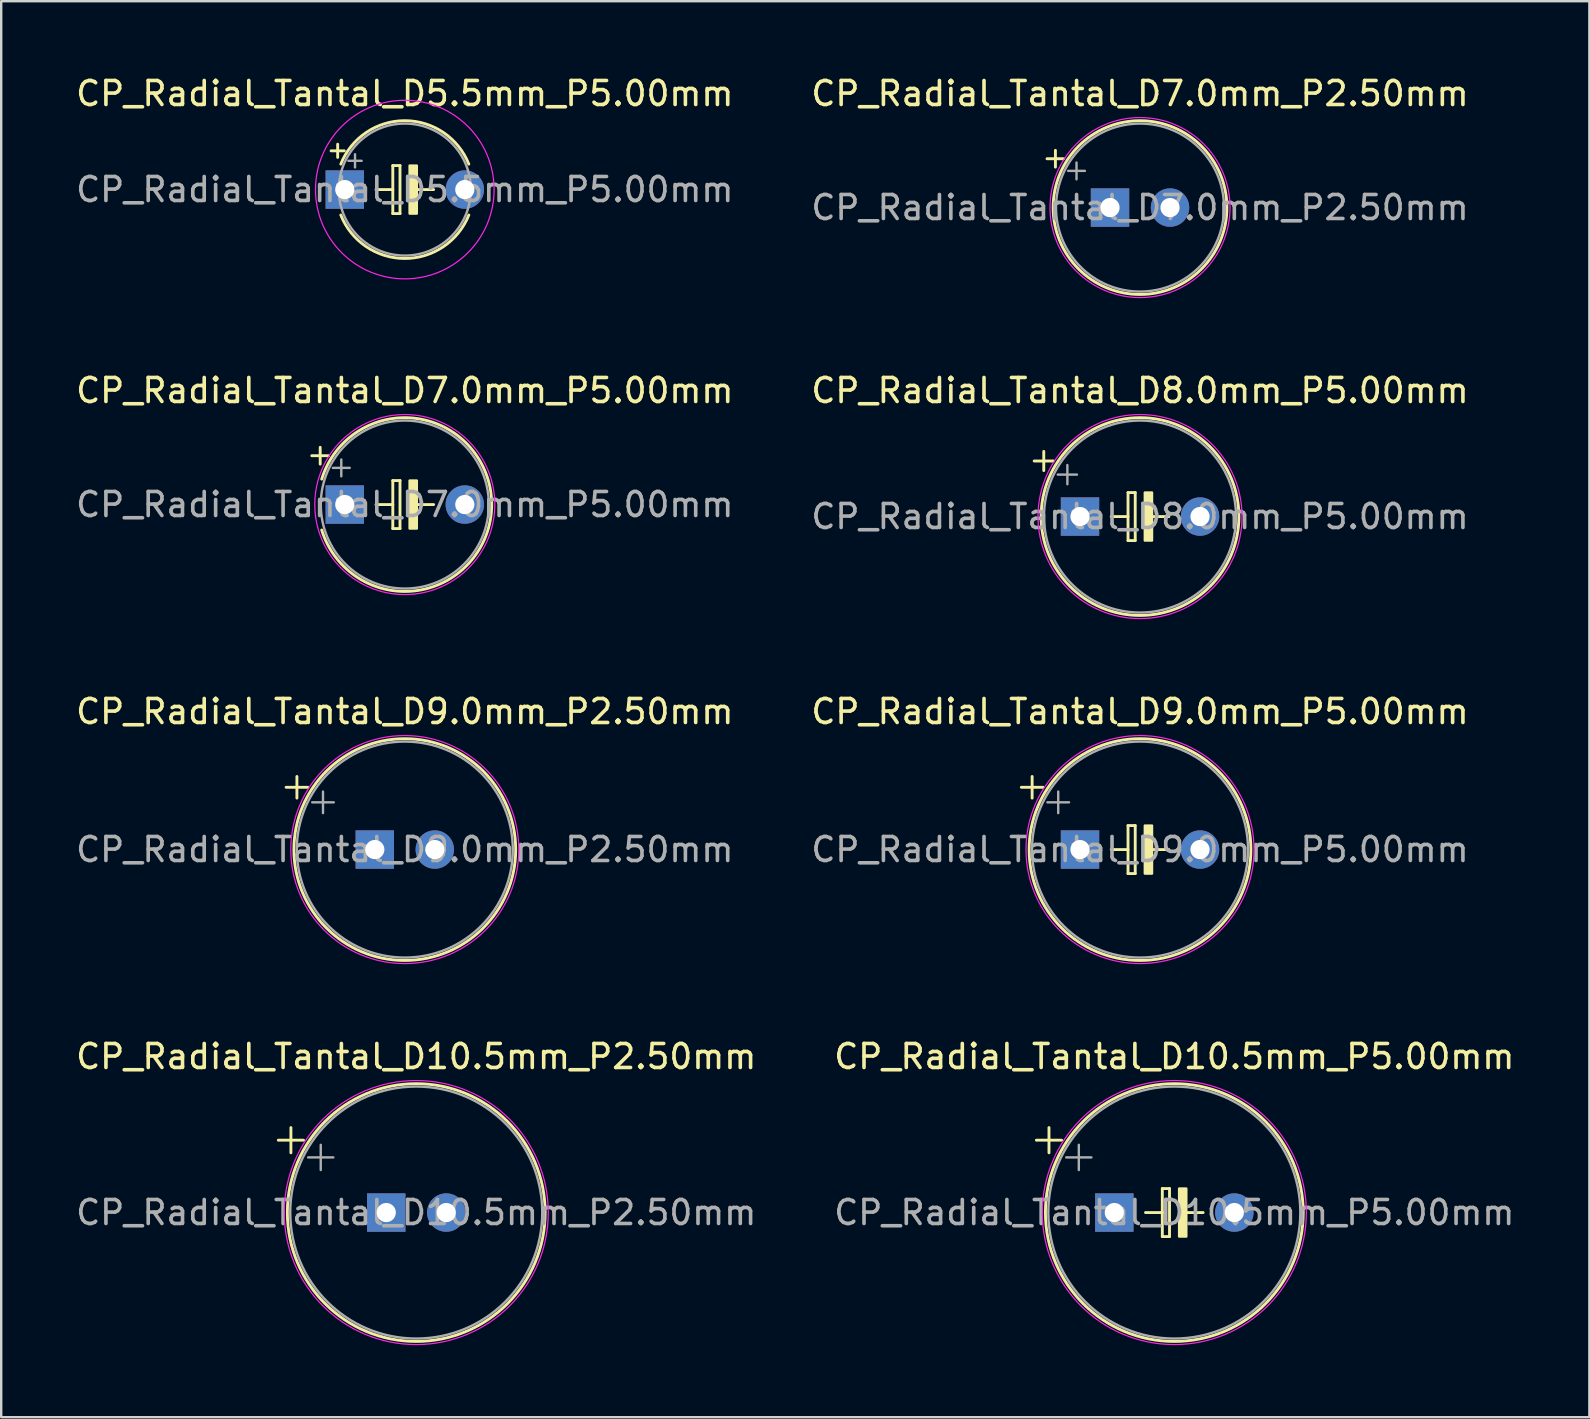
<source format=kicad_pcb>
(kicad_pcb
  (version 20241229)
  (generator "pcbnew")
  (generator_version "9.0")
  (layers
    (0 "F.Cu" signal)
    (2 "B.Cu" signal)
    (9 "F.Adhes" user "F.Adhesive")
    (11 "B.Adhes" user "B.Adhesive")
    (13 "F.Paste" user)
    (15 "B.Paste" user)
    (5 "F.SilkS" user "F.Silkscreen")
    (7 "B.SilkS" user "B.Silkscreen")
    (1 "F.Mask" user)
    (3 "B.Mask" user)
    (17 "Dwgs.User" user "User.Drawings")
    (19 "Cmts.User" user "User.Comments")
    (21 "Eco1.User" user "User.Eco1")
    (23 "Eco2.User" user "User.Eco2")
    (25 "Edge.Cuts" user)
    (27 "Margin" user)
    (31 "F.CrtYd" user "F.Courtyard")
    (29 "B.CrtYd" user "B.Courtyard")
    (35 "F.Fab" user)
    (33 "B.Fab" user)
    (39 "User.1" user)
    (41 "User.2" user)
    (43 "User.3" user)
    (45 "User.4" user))
  (footprint "CP_Radial_Tantal_D5.5mm_P5.00mm"
    (layer "F.Cu")
    (at 11.315 4.848)
    (property "Reference" "CP_Radial_Tantal_D5.5mm_P5.00mm" (at 2.5 -4 0) (layer "F.SilkS") (effects (font (size 1 1) (thickness 0.15))))
    (attr through_hole)
    (fp_line (start -0.572 -1.615) (end -0.022 -1.615) (stroke (width 0.12) (type solid)) (layer "F.SilkS"))
    (fp_line (start -0.297 -1.89) (end -0.297 -1.34) (stroke (width 0.12) (type solid)) (layer "F.SilkS"))
    (fp_line (start 1.3 0) (end 2 0) (stroke (width 0.12) (type solid)) (layer "F.SilkS"))
    (fp_line (start 2 -1) (end 2.3 -1) (stroke (width 0.12) (type solid)) (layer "F.SilkS"))
    (fp_line (start 2 1) (end 2 -1) (stroke (width 0.12) (type solid)) (layer "F.SilkS"))
    (fp_line (start 2.3 -1) (end 2.3 1) (stroke (width 0.12) (type solid)) (layer "F.SilkS"))
    (fp_line (start 2.3 1) (end 2 1) (stroke (width 0.12) (type solid)) (layer "F.SilkS"))
    (fp_line (start 3.7 0) (end 3 0) (stroke (width 0.12) (type solid)) (layer "F.SilkS"))
    (fp_arc (start -0.167077 -1.06) (mid 2.5 -2.87) (end 5.167077 -1.06) (stroke (width 0.12) (type solid)) (layer "F.SilkS"))
    (fp_arc (start 5.167077 1.06) (mid 2.5 2.87) (end -0.167077 1.06) (stroke (width 0.12) (type solid)) (layer "F.SilkS"))
    (fp_poly (pts (xy 3 1) (xy 2.7 1) (xy 2.7 -1) (xy 3 -1)) (stroke (width 0.1) (type solid)) (fill yes) (layer "F.SilkS"))
    (fp_circle (center 2.5 0) (end 6.22 0) (stroke (width 0.05) (type solid)) (fill no) (layer "F.CrtYd"))
    (fp_line (start 0.151 -1.198) (end 0.701 -1.198) (stroke (width 0.1) (type solid)) (layer "F.Fab"))
    (fp_line (start 0.426 -1.472) (end 0.426 -0.922) (stroke (width 0.1) (type solid)) (layer "F.Fab"))
    (fp_circle (center 2.5 0) (end 5.25 0) (stroke (width 0.1) (type solid)) (fill no) (layer "F.Fab"))
    (fp_text user "${REFERENCE}" (at 2.5 0 0) (layer "F.Fab") (effects (font (size 1 1) (thickness 0.15))))
    (pad "1" thru_hole rect (at 0 0) (size 1.6 1.6) (drill 0.8) (layers "*.Cu" "*.Mask"))
    (pad "2" thru_hole circle (at 5 0) (size 1.6 1.6) (drill 0.8) (layers "*.Cu" "*.Mask")))
  (footprint "CP_Radial_Tantal_D8.0mm_P5.00mm"
    (layer "F.Cu")
    (at 41.946 18.471)
    (property "Reference" "CP_Radial_Tantal_D8.0mm_P5.00mm" (at 2.5 -5.25 0) (layer "F.SilkS") (effects (font (size 1 1) (thickness 0.15))))
    (attr through_hole)
    (fp_line (start -1.91 -2.315) (end -1.11 -2.315) (stroke (width 0.12) (type solid)) (layer "F.SilkS"))
    (fp_line (start -1.51 -2.715) (end -1.51 -1.915) (stroke (width 0.12) (type solid)) (layer "F.SilkS"))
    (fp_line (start 1.3 0) (end 2 0) (stroke (width 0.12) (type solid)) (layer "F.SilkS"))
    (fp_line (start 2 -1) (end 2.3 -1) (stroke (width 0.12) (type solid)) (layer "F.SilkS"))
    (fp_line (start 2 1) (end 2 -1) (stroke (width 0.12) (type solid)) (layer "F.SilkS"))
    (fp_line (start 2.3 -1) (end 2.3 1) (stroke (width 0.12) (type solid)) (layer "F.SilkS"))
    (fp_line (start 2.3 1) (end 2 1) (stroke (width 0.12) (type solid)) (layer "F.SilkS"))
    (fp_line (start 3.7 0) (end 3 0) (stroke (width 0.12) (type solid)) (layer "F.SilkS"))
    (fp_circle (center 2.5 0) (end 6.62 0) (stroke (width 0.12) (type solid)) (fill no) (layer "F.SilkS"))
    (fp_poly (pts (xy 3 1) (xy 2.7 1) (xy 2.7 -1) (xy 3 -1)) (stroke (width 0.1) (type solid)) (fill yes) (layer "F.SilkS"))
    (fp_circle (center 2.5 0) (end 6.75 0) (stroke (width 0.05) (type solid)) (fill no) (layer "F.CrtYd"))
    (fp_line (start -0.927 -1.748) (end -0.127 -1.748) (stroke (width 0.1) (type solid)) (layer "F.Fab"))
    (fp_line (start -0.527 -2.147) (end -0.527 -1.347) (stroke (width 0.1) (type solid)) (layer "F.Fab"))
    (fp_circle (center 2.5 0) (end 6.5 0) (stroke (width 0.1) (type solid)) (fill no) (layer "F.Fab"))
    (fp_text user "${REFERENCE}" (at 2.5 0 0) (layer "F.Fab") (effects (font (size 1 1) (thickness 0.15))))
    (pad "1" thru_hole rect (at 0 0) (size 1.6 1.6) (drill 0.8) (layers "*.Cu" "*.Mask"))
    (pad "2" thru_hole circle (at 5 0) (size 1.6 1.6) (drill 0.8) (layers "*.Cu" "*.Mask")))
  (footprint "CP_Radial_Tantal_D9.0mm_P2.50mm"
    (layer "F.Cu")
    (at 12.565 32.345)
    (property "Reference" "CP_Radial_Tantal_D9.0mm_P2.50mm" (at 1.25 -5.75 0) (layer "F.SilkS") (effects (font (size 1 1) (thickness 0.15))))
    (attr through_hole)
    (fp_line (start -3.695 -2.595) (end -2.795 -2.595) (stroke (width 0.12) (type solid)) (layer "F.SilkS"))
    (fp_line (start -3.245 -3.045) (end -3.245 -2.145) (stroke (width 0.12) (type solid)) (layer "F.SilkS"))
    (fp_circle (center 1.25 0) (end 5.87 0) (stroke (width 0.12) (type solid)) (fill no) (layer "F.SilkS"))
    (fp_circle (center 1.25 0) (end 6 0) (stroke (width 0.05) (type solid)) (fill no) (layer "F.CrtYd"))
    (fp_line (start -2.608 -1.968) (end -1.708 -1.968) (stroke (width 0.1) (type solid)) (layer "F.Fab"))
    (fp_line (start -2.158 -2.417) (end -2.158 -1.518) (stroke (width 0.1) (type solid)) (layer "F.Fab"))
    (fp_circle (center 1.25 0) (end 5.75 0) (stroke (width 0.1) (type solid)) (fill no) (layer "F.Fab"))
    (fp_text user "${REFERENCE}" (at 1.25 0 0) (layer "F.Fab") (effects (font (size 1 1) (thickness 0.15))))
    (pad "1" thru_hole rect (at 0 0) (size 1.6 1.6) (drill 0.8) (layers "*.Cu" "*.Mask"))
    (pad "2" thru_hole circle (at 2.5 0) (size 1.6 1.6) (drill 0.8) (layers "*.Cu" "*.Mask")))
  (footprint "CP_Radial_Tantal_D7.0mm_P2.50mm"
    (layer "F.Cu")
    (at 43.196 5.598)
    (property "Reference" "CP_Radial_Tantal_D7.0mm_P2.50mm" (at 1.25 -4.75 0) (layer "F.SilkS") (effects (font (size 1 1) (thickness 0.15))))
    (attr through_hole)
    (fp_line (start -2.625 -2.035) (end -1.925 -2.035) (stroke (width 0.12) (type solid)) (layer "F.SilkS"))
    (fp_line (start -2.275 -2.385) (end -2.275 -1.685) (stroke (width 0.12) (type solid)) (layer "F.SilkS"))
    (fp_circle (center 1.25 0) (end 4.87 0) (stroke (width 0.12) (type solid)) (fill no) (layer "F.SilkS"))
    (fp_circle (center 1.25 0) (end 5 0) (stroke (width 0.05) (type solid)) (fill no) (layer "F.CrtYd"))
    (fp_line (start -1.746 -1.528) (end -1.046 -1.528) (stroke (width 0.1) (type solid)) (layer "F.Fab"))
    (fp_line (start -1.396 -1.877) (end -1.396 -1.177) (stroke (width 0.1) (type solid)) (layer "F.Fab"))
    (fp_circle (center 1.25 0) (end 4.75 0) (stroke (width 0.1) (type solid)) (fill no) (layer "F.Fab"))
    (fp_text user "${REFERENCE}" (at 1.25 0 0) (layer "F.Fab") (effects (font (size 1 1) (thickness 0.15))))
    (pad "1" thru_hole rect (at 0 0) (size 1.6 1.6) (drill 0.8) (layers "*.Cu" "*.Mask"))
    (pad "2" thru_hole circle (at 2.5 0) (size 1.6 1.6) (drill 0.8) (layers "*.Cu" "*.Mask")))
  (footprint "CP_Radial_Tantal_D9.0mm_P5.00mm"
    (layer "F.Cu")
    (at 41.946 32.345)
    (property "Reference" "CP_Radial_Tantal_D9.0mm_P5.00mm" (at 2.5 -5.75 0) (layer "F.SilkS") (effects (font (size 1 1) (thickness 0.15))))
    (attr through_hole)
    (fp_line (start -2.445 -2.595) (end -1.545 -2.595) (stroke (width 0.12) (type solid)) (layer "F.SilkS"))
    (fp_line (start -1.995 -3.045) (end -1.995 -2.145) (stroke (width 0.12) (type solid)) (layer "F.SilkS"))
    (fp_line (start 1.3 0) (end 2 0) (stroke (width 0.12) (type solid)) (layer "F.SilkS"))
    (fp_line (start 2 -1) (end 2.3 -1) (stroke (width 0.12) (type solid)) (layer "F.SilkS"))
    (fp_line (start 2 1) (end 2 -1) (stroke (width 0.12) (type solid)) (layer "F.SilkS"))
    (fp_line (start 2.3 -1) (end 2.3 1) (stroke (width 0.12) (type solid)) (layer "F.SilkS"))
    (fp_line (start 2.3 1) (end 2 1) (stroke (width 0.12) (type solid)) (layer "F.SilkS"))
    (fp_line (start 3.7 0) (end 3 0) (stroke (width 0.12) (type solid)) (layer "F.SilkS"))
    (fp_circle (center 2.5 0) (end 7.12 0) (stroke (width 0.12) (type solid)) (fill no) (layer "F.SilkS"))
    (fp_poly (pts (xy 3 1) (xy 2.7 1) (xy 2.7 -1) (xy 3 -1)) (stroke (width 0.1) (type solid)) (fill yes) (layer "F.SilkS"))
    (fp_circle (center 2.5 0) (end 7.25 0) (stroke (width 0.05) (type solid)) (fill no) (layer "F.CrtYd"))
    (fp_line (start -1.358 -1.968) (end -0.458 -1.968) (stroke (width 0.1) (type solid)) (layer "F.Fab"))
    (fp_line (start -0.908 -2.417) (end -0.908 -1.518) (stroke (width 0.1) (type solid)) (layer "F.Fab"))
    (fp_circle (center 2.5 0) (end 7 0) (stroke (width 0.1) (type solid)) (fill no) (layer "F.Fab"))
    (fp_text user "${REFERENCE}" (at 2.5 0 0) (layer "F.Fab") (effects (font (size 1 1) (thickness 0.15))))
    (pad "1" thru_hole rect (at 0 0) (size 1.6 1.6) (drill 0.8) (layers "*.Cu" "*.Mask"))
    (pad "2" thru_hole circle (at 5 0) (size 1.6 1.6) (drill 0.8) (layers "*.Cu" "*.Mask")))
  (footprint "CP_Radial_Tantal_D10.5mm_P2.50mm"
    (layer "F.Cu")
    (at 13.042 47.468)
    (property "Reference" "CP_Radial_Tantal_D10.5mm_P2.50mm" (at 1.25 -6.5 0) (layer "F.SilkS") (effects (font (size 1 1) (thickness 0.15))))
    (attr through_hole)
    (fp_line (start -4.497 -3.015) (end -3.447 -3.015) (stroke (width 0.12) (type solid)) (layer "F.SilkS"))
    (fp_line (start -3.972 -3.54) (end -3.972 -2.49) (stroke (width 0.12) (type solid)) (layer "F.SilkS"))
    (fp_circle (center 1.25 0) (end 6.62 0) (stroke (width 0.12) (type solid)) (fill no) (layer "F.SilkS"))
    (fp_circle (center 1.25 0) (end 6.75 0) (stroke (width 0.05) (type solid)) (fill no) (layer "F.CrtYd"))
    (fp_line (start -3.254 -2.297) (end -2.204 -2.297) (stroke (width 0.1) (type solid)) (layer "F.Fab"))
    (fp_line (start -2.729 -2.822) (end -2.729 -1.772) (stroke (width 0.1) (type solid)) (layer "F.Fab"))
    (fp_circle (center 1.25 0) (end 6.5 0) (stroke (width 0.1) (type solid)) (fill no) (layer "F.Fab"))
    (fp_text user "${REFERENCE}" (at 1.25 0 0) (layer "F.Fab") (effects (font (size 1 1) (thickness 0.15))))
    (pad "1" thru_hole rect (at 0 0) (size 1.6 1.6) (drill 0.8) (layers "*.Cu" "*.Mask"))
    (pad "2" thru_hole circle (at 2.5 0) (size 1.6 1.6) (drill 0.8) (layers "*.Cu" "*.Mask")))
  (footprint "CP_Radial_Tantal_D7.0mm_P5.00mm"
    (layer "F.Cu")
    (at 11.315 17.971)
    (property "Reference" "CP_Radial_Tantal_D7.0mm_P5.00mm" (at 2.5 -4.75 0) (layer "F.SilkS") (effects (font (size 1 1) (thickness 0.15))))
    (attr through_hole)
    (fp_line (start -1.375 -2.035) (end -0.675 -2.035) (stroke (width 0.12) (type solid)) (layer "F.SilkS"))
    (fp_line (start -1.025 -2.385) (end -1.025 -1.685) (stroke (width 0.12) (type solid)) (layer "F.SilkS"))
    (fp_line (start 1.3 0) (end 2 0) (stroke (width 0.12) (type solid)) (layer "F.SilkS"))
    (fp_line (start 2 -1) (end 2.3 -1) (stroke (width 0.12) (type solid)) (layer "F.SilkS"))
    (fp_line (start 2 1) (end 2 -1) (stroke (width 0.12) (type solid)) (layer "F.SilkS"))
    (fp_line (start 2.3 -1) (end 2.3 1) (stroke (width 0.12) (type solid)) (layer "F.SilkS"))
    (fp_line (start 2.3 1) (end 2 1) (stroke (width 0.12) (type solid)) (layer "F.SilkS"))
    (fp_line (start 3.7 0) (end 3 0) (stroke (width 0.12) (type solid)) (layer "F.SilkS"))
    (fp_arc (start -0.961329 -1.06) (mid 6.12 0) (end -0.961329 1.06) (stroke (width 0.12) (type solid)) (layer "F.SilkS"))
    (fp_poly (pts (xy 3 1) (xy 2.7 1) (xy 2.7 -1) (xy 3 -1)) (stroke (width 0.1) (type solid)) (fill yes) (layer "F.SilkS"))
    (fp_circle (center 2.5 0) (end 6.25 0) (stroke (width 0.05) (type solid)) (fill no) (layer "F.CrtYd"))
    (fp_line (start -0.496 -1.528) (end 0.204 -1.528) (stroke (width 0.1) (type solid)) (layer "F.Fab"))
    (fp_line (start -0.146 -1.877) (end -0.146 -1.177) (stroke (width 0.1) (type solid)) (layer "F.Fab"))
    (fp_circle (center 2.5 0) (end 6 0) (stroke (width 0.1) (type solid)) (fill no) (layer "F.Fab"))
    (fp_text user "${REFERENCE}" (at 2.5 0 0) (layer "F.Fab") (effects (font (size 1 1) (thickness 0.15))))
    (pad "1" thru_hole rect (at 0 0) (size 1.6 1.6) (drill 0.8) (layers "*.Cu" "*.Mask"))
    (pad "2" thru_hole circle (at 5 0) (size 1.6 1.6) (drill 0.8) (layers "*.Cu" "*.Mask")))
  (footprint "CP_Radial_Tantal_D10.5mm_P5.00mm"
    (layer "F.Cu")
    (at 43.375 47.468)
    (property "Reference" "CP_Radial_Tantal_D10.5mm_P5.00mm" (at 2.5 -6.5 0) (layer "F.SilkS") (effects (font (size 1 1) (thickness 0.15))))
    (attr through_hole)
    (fp_line (start -3.247 -3.015) (end -2.197 -3.015) (stroke (width 0.12) (type solid)) (layer "F.SilkS"))
    (fp_line (start -2.722 -3.54) (end -2.722 -2.49) (stroke (width 0.12) (type solid)) (layer "F.SilkS"))
    (fp_line (start 1.3 0) (end 2 0) (stroke (width 0.12) (type solid)) (layer "F.SilkS"))
    (fp_line (start 2 -1) (end 2.3 -1) (stroke (width 0.12) (type solid)) (layer "F.SilkS"))
    (fp_line (start 2 1) (end 2 -1) (stroke (width 0.12) (type solid)) (layer "F.SilkS"))
    (fp_line (start 2.3 -1) (end 2.3 1) (stroke (width 0.12) (type solid)) (layer "F.SilkS"))
    (fp_line (start 2.3 1) (end 2 1) (stroke (width 0.12) (type solid)) (layer "F.SilkS"))
    (fp_line (start 3.7 0) (end 3 0) (stroke (width 0.12) (type solid)) (layer "F.SilkS"))
    (fp_circle (center 2.5 0) (end 7.87 0) (stroke (width 0.12) (type solid)) (fill no) (layer "F.SilkS"))
    (fp_poly (pts (xy 3 1) (xy 2.7 1) (xy 2.7 -1) (xy 3 -1)) (stroke (width 0.1) (type solid)) (fill yes) (layer "F.SilkS"))
    (fp_circle (center 2.5 0) (end 8 0) (stroke (width 0.05) (type solid)) (fill no) (layer "F.CrtYd"))
    (fp_line (start -2.004 -2.297) (end -0.954 -2.297) (stroke (width 0.1) (type solid)) (layer "F.Fab"))
    (fp_line (start -1.479 -2.822) (end -1.479 -1.772) (stroke (width 0.1) (type solid)) (layer "F.Fab"))
    (fp_circle (center 2.5 0) (end 7.75 0) (stroke (width 0.1) (type solid)) (fill no) (layer "F.Fab"))
    (fp_text user "${REFERENCE}" (at 2.5 0 0) (layer "F.Fab") (effects (font (size 1 1) (thickness 0.15))))
    (pad "1" thru_hole rect (at 0 0) (size 1.6 1.6) (drill 0.8) (layers "*.Cu" "*.Mask"))
    (pad "2" thru_hole circle (at 5 0) (size 1.6 1.6) (drill 0.8) (layers "*.Cu" "*.Mask")))
  (gr_rect
    (start -3 -3)
    (end 63.167 55.993)
    (stroke (width 0.1) (type default))
    (fill no)
    (layer "Edge.Cuts")))
</source>
